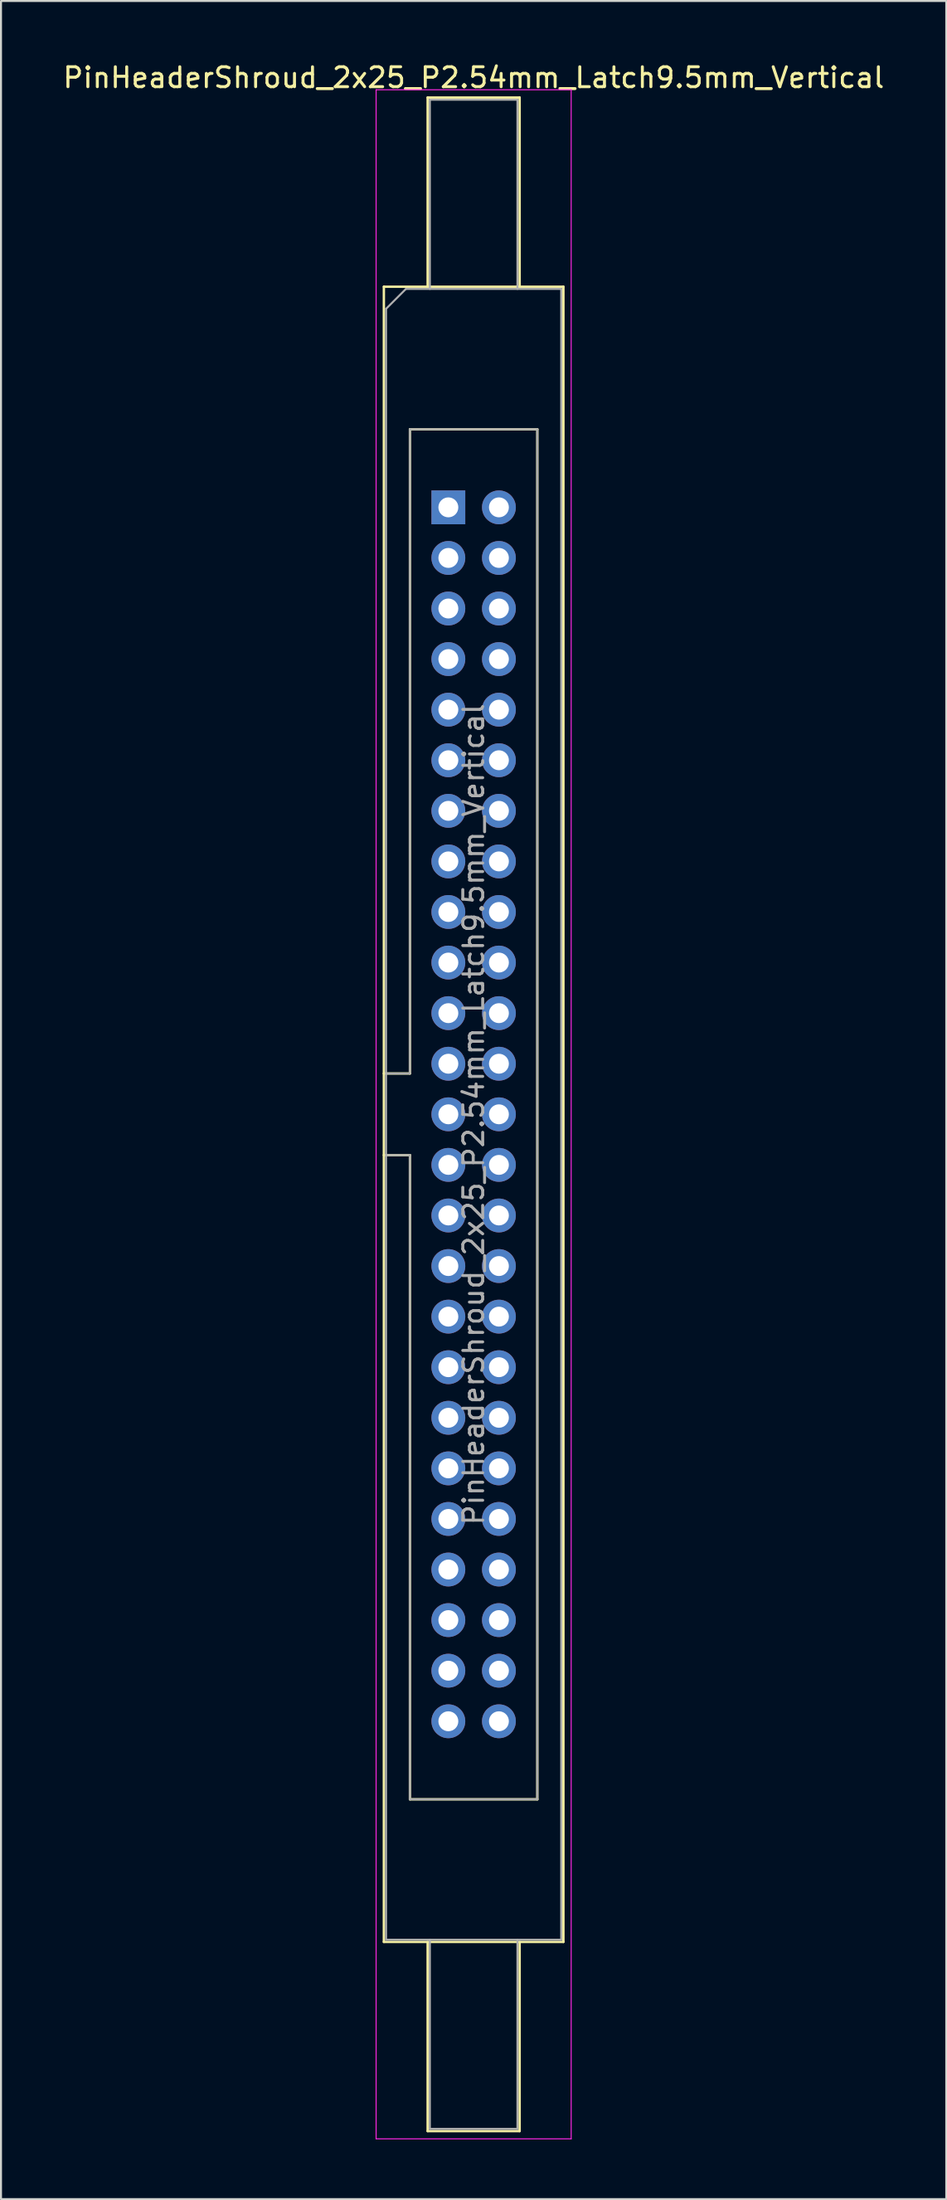
<source format=kicad_pcb>
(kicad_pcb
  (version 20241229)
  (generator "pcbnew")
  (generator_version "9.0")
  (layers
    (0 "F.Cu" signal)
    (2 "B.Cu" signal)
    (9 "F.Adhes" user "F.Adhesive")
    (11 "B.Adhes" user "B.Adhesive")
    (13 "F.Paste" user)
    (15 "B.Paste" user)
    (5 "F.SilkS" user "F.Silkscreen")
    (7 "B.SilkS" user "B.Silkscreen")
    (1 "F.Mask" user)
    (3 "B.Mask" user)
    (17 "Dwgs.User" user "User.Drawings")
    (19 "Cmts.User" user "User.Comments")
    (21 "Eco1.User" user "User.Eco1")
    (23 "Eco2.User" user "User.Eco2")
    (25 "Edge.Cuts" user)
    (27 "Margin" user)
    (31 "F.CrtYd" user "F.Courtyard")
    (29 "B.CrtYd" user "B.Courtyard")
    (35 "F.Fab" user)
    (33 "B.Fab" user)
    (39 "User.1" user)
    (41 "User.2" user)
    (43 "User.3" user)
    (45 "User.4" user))
  (footprint "PinHeaderShroud_2x25_P2.54mm_Latch9.5mm_Vertical"
    (layer "F.Cu")
    (at 19.474 22.428)
    (property "Reference" "PinHeaderShroud_2x25_P2.54mm_Latch9.5mm_Vertical" (at 1.27 -21.58 0) (layer "F.SilkS") (effects (font (size 1 1) (thickness 0.15))))
    (attr through_hole)
    (fp_line (start -3.24 -11.08) (end 5.78 -11.08) (stroke (width 0.12) (type solid)) (layer "F.SilkS"))
    (fp_line (start -3.24 28.43) (end -1.93 28.43) (stroke (width 0.12) (type solid)) (layer "F.SilkS"))
    (fp_line (start -3.24 32.53) (end -1.93 32.53) (stroke (width 0.12) (type solid)) (layer "F.SilkS"))
    (fp_line (start -3.24 72.04) (end -3.24 -11.08) (stroke (width 0.12) (type solid)) (layer "F.SilkS"))
    (fp_line (start -1.93 -3.92) (end 4.47 -3.92) (stroke (width 0.12) (type solid)) (layer "F.SilkS"))
    (fp_line (start -1.93 28.43) (end -1.93 -3.92) (stroke (width 0.12) (type solid)) (layer "F.SilkS"))
    (fp_line (start -1.93 64.88) (end -1.93 32.53) (stroke (width 0.12) (type solid)) (layer "F.SilkS"))
    (fp_line (start -1.04 -20.58) (end 3.58 -20.58) (stroke (width 0.12) (type solid)) (layer "F.SilkS"))
    (fp_line (start -1.04 -11.08) (end -1.04 -20.58) (stroke (width 0.12) (type solid)) (layer "F.SilkS"))
    (fp_line (start -1.04 72.04) (end -1.04 81.54) (stroke (width 0.12) (type solid)) (layer "F.SilkS"))
    (fp_line (start -1.04 81.54) (end 3.58 81.54) (stroke (width 0.12) (type solid)) (layer "F.SilkS"))
    (fp_line (start 3.58 -20.58) (end 3.58 -11.08) (stroke (width 0.12) (type solid)) (layer "F.SilkS"))
    (fp_line (start 3.58 81.54) (end 3.58 72.04) (stroke (width 0.12) (type solid)) (layer "F.SilkS"))
    (fp_line (start 4.47 -3.92) (end 4.47 64.88) (stroke (width 0.12) (type solid)) (layer "F.SilkS"))
    (fp_line (start 4.47 64.88) (end -1.93 64.88) (stroke (width 0.12) (type solid)) (layer "F.SilkS"))
    (fp_line (start 5.78 -11.08) (end 5.78 72.04) (stroke (width 0.12) (type solid)) (layer "F.SilkS"))
    (fp_line (start 5.78 72.04) (end -3.24 72.04) (stroke (width 0.12) (type solid)) (layer "F.SilkS"))
    (fp_line (start -3.63 -20.97) (end -3.63 81.93) (stroke (width 0.05) (type solid)) (layer "F.CrtYd"))
    (fp_line (start -3.63 81.93) (end 6.17 81.93) (stroke (width 0.05) (type solid)) (layer "F.CrtYd"))
    (fp_line (start 6.17 -20.97) (end -3.63 -20.97) (stroke (width 0.05) (type solid)) (layer "F.CrtYd"))
    (fp_line (start 6.17 81.93) (end 6.17 -20.97) (stroke (width 0.05) (type solid)) (layer "F.CrtYd"))
    (fp_line (start -3.13 -9.97) (end -2.13 -10.97) (stroke (width 0.1) (type solid)) (layer "F.Fab"))
    (fp_line (start -3.13 28.43) (end -1.93 28.43) (stroke (width 0.1) (type solid)) (layer "F.Fab"))
    (fp_line (start -3.13 32.53) (end -1.93 32.53) (stroke (width 0.1) (type solid)) (layer "F.Fab"))
    (fp_line (start -3.13 71.93) (end -3.13 -9.97) (stroke (width 0.1) (type solid)) (layer "F.Fab"))
    (fp_line (start -2.13 -10.97) (end 5.67 -10.97) (stroke (width 0.1) (type solid)) (layer "F.Fab"))
    (fp_line (start -1.93 -3.92) (end 4.47 -3.92) (stroke (width 0.1) (type solid)) (layer "F.Fab"))
    (fp_line (start -1.93 28.43) (end -1.93 -3.92) (stroke (width 0.1) (type solid)) (layer "F.Fab"))
    (fp_line (start -1.93 64.88) (end -1.93 32.53) (stroke (width 0.1) (type solid)) (layer "F.Fab"))
    (fp_line (start -0.93 -20.47) (end 3.47 -20.47) (stroke (width 0.1) (type solid)) (layer "F.Fab"))
    (fp_line (start -0.93 -10.97) (end -0.93 -20.47) (stroke (width 0.1) (type solid)) (layer "F.Fab"))
    (fp_line (start -0.93 71.93) (end -0.93 81.43) (stroke (width 0.1) (type solid)) (layer "F.Fab"))
    (fp_line (start -0.93 81.43) (end 3.47 81.43) (stroke (width 0.1) (type solid)) (layer "F.Fab"))
    (fp_line (start 3.47 -20.47) (end 3.47 -10.97) (stroke (width 0.1) (type solid)) (layer "F.Fab"))
    (fp_line (start 3.47 81.43) (end 3.47 71.93) (stroke (width 0.1) (type solid)) (layer "F.Fab"))
    (fp_line (start 4.47 -3.92) (end 4.47 64.88) (stroke (width 0.1) (type solid)) (layer "F.Fab"))
    (fp_line (start 4.47 64.88) (end -1.93 64.88) (stroke (width 0.1) (type solid)) (layer "F.Fab"))
    (fp_line (start 5.67 -10.97) (end 5.67 71.93) (stroke (width 0.1) (type solid)) (layer "F.Fab"))
    (fp_line (start 5.67 71.93) (end -3.13 71.93) (stroke (width 0.1) (type solid)) (layer "F.Fab"))
    (fp_text user "${REFERENCE}" (at 1.27 30.48 90) (layer "F.Fab") (effects (font (size 1 1) (thickness 0.15))))
    (pad "1" thru_hole rect (at 0 0) (size 1.7 1.7) (drill 1) (layers "*.Cu" "*.Mask"))
    (pad "2" thru_hole circle (at 2.54 0) (size 1.7 1.7) (drill 1) (layers "*.Cu" "*.Mask"))
    (pad "3" thru_hole circle (at 0 2.54) (size 1.7 1.7) (drill 1) (layers "*.Cu" "*.Mask"))
    (pad "4" thru_hole circle (at 2.54 2.54) (size 1.7 1.7) (drill 1) (layers "*.Cu" "*.Mask"))
    (pad "5" thru_hole circle (at 0 5.08) (size 1.7 1.7) (drill 1) (layers "*.Cu" "*.Mask"))
    (pad "6" thru_hole circle (at 2.54 5.08) (size 1.7 1.7) (drill 1) (layers "*.Cu" "*.Mask"))
    (pad "7" thru_hole circle (at 0 7.62) (size 1.7 1.7) (drill 1) (layers "*.Cu" "*.Mask"))
    (pad "8" thru_hole circle (at 2.54 7.62) (size 1.7 1.7) (drill 1) (layers "*.Cu" "*.Mask"))
    (pad "9" thru_hole circle (at 0 10.16) (size 1.7 1.7) (drill 1) (layers "*.Cu" "*.Mask"))
    (pad "10" thru_hole circle (at 2.54 10.16) (size 1.7 1.7) (drill 1) (layers "*.Cu" "*.Mask"))
    (pad "11" thru_hole circle (at 0 12.7) (size 1.7 1.7) (drill 1) (layers "*.Cu" "*.Mask"))
    (pad "12" thru_hole circle (at 2.54 12.7) (size 1.7 1.7) (drill 1) (layers "*.Cu" "*.Mask"))
    (pad "13" thru_hole circle (at 0 15.24) (size 1.7 1.7) (drill 1) (layers "*.Cu" "*.Mask"))
    (pad "14" thru_hole circle (at 2.54 15.24) (size 1.7 1.7) (drill 1) (layers "*.Cu" "*.Mask"))
    (pad "15" thru_hole circle (at 0 17.78) (size 1.7 1.7) (drill 1) (layers "*.Cu" "*.Mask"))
    (pad "16" thru_hole circle (at 2.54 17.78) (size 1.7 1.7) (drill 1) (layers "*.Cu" "*.Mask"))
    (pad "17" thru_hole circle (at 0 20.32) (size 1.7 1.7) (drill 1) (layers "*.Cu" "*.Mask"))
    (pad "18" thru_hole circle (at 2.54 20.32) (size 1.7 1.7) (drill 1) (layers "*.Cu" "*.Mask"))
    (pad "19" thru_hole circle (at 0 22.86) (size 1.7 1.7) (drill 1) (layers "*.Cu" "*.Mask"))
    (pad "20" thru_hole circle (at 2.54 22.86) (size 1.7 1.7) (drill 1) (layers "*.Cu" "*.Mask"))
    (pad "21" thru_hole circle (at 0 25.4) (size 1.7 1.7) (drill 1) (layers "*.Cu" "*.Mask"))
    (pad "22" thru_hole circle (at 2.54 25.4) (size 1.7 1.7) (drill 1) (layers "*.Cu" "*.Mask"))
    (pad "23" thru_hole circle (at 0 27.94) (size 1.7 1.7) (drill 1) (layers "*.Cu" "*.Mask"))
    (pad "24" thru_hole circle (at 2.54 27.94) (size 1.7 1.7) (drill 1) (layers "*.Cu" "*.Mask"))
    (pad "25" thru_hole circle (at 0 30.48) (size 1.7 1.7) (drill 1) (layers "*.Cu" "*.Mask"))
    (pad "26" thru_hole circle (at 2.54 30.48) (size 1.7 1.7) (drill 1) (layers "*.Cu" "*.Mask"))
    (pad "27" thru_hole circle (at 0 33.02) (size 1.7 1.7) (drill 1) (layers "*.Cu" "*.Mask"))
    (pad "28" thru_hole circle (at 2.54 33.02) (size 1.7 1.7) (drill 1) (layers "*.Cu" "*.Mask"))
    (pad "29" thru_hole circle (at 0 35.56) (size 1.7 1.7) (drill 1) (layers "*.Cu" "*.Mask"))
    (pad "30" thru_hole circle (at 2.54 35.56) (size 1.7 1.7) (drill 1) (layers "*.Cu" "*.Mask"))
    (pad "31" thru_hole circle (at 0 38.1) (size 1.7 1.7) (drill 1) (layers "*.Cu" "*.Mask"))
    (pad "32" thru_hole circle (at 2.54 38.1) (size 1.7 1.7) (drill 1) (layers "*.Cu" "*.Mask"))
    (pad "33" thru_hole circle (at 0 40.64) (size 1.7 1.7) (drill 1) (layers "*.Cu" "*.Mask"))
    (pad "34" thru_hole circle (at 2.54 40.64) (size 1.7 1.7) (drill 1) (layers "*.Cu" "*.Mask"))
    (pad "35" thru_hole circle (at 0 43.18) (size 1.7 1.7) (drill 1) (layers "*.Cu" "*.Mask"))
    (pad "36" thru_hole circle (at 2.54 43.18) (size 1.7 1.7) (drill 1) (layers "*.Cu" "*.Mask"))
    (pad "37" thru_hole circle (at 0 45.72) (size 1.7 1.7) (drill 1) (layers "*.Cu" "*.Mask"))
    (pad "38" thru_hole circle (at 2.54 45.72) (size 1.7 1.7) (drill 1) (layers "*.Cu" "*.Mask"))
    (pad "39" thru_hole circle (at 0 48.26) (size 1.7 1.7) (drill 1) (layers "*.Cu" "*.Mask"))
    (pad "40" thru_hole circle (at 2.54 48.26) (size 1.7 1.7) (drill 1) (layers "*.Cu" "*.Mask"))
    (pad "41" thru_hole circle (at 0 50.8) (size 1.7 1.7) (drill 1) (layers "*.Cu" "*.Mask"))
    (pad "42" thru_hole circle (at 2.54 50.8) (size 1.7 1.7) (drill 1) (layers "*.Cu" "*.Mask"))
    (pad "43" thru_hole circle (at 0 53.34) (size 1.7 1.7) (drill 1) (layers "*.Cu" "*.Mask"))
    (pad "44" thru_hole circle (at 2.54 53.34) (size 1.7 1.7) (drill 1) (layers "*.Cu" "*.Mask"))
    (pad "45" thru_hole circle (at 0 55.88) (size 1.7 1.7) (drill 1) (layers "*.Cu" "*.Mask"))
    (pad "46" thru_hole circle (at 2.54 55.88) (size 1.7 1.7) (drill 1) (layers "*.Cu" "*.Mask"))
    (pad "47" thru_hole circle (at 0 58.42) (size 1.7 1.7) (drill 1) (layers "*.Cu" "*.Mask"))
    (pad "48" thru_hole circle (at 2.54 58.42) (size 1.7 1.7) (drill 1) (layers "*.Cu" "*.Mask"))
    (pad "49" thru_hole circle (at 0 60.96) (size 1.7 1.7) (drill 1) (layers "*.Cu" "*.Mask"))
    (pad "50" thru_hole circle (at 2.54 60.96) (size 1.7 1.7) (drill 1) (layers "*.Cu" "*.Mask")))
  (gr_rect
    (start -3 -3)
    (end 44.488 107.383)
    (stroke (width 0.1) (type default))
    (fill no)
    (layer "Edge.Cuts")))
</source>
